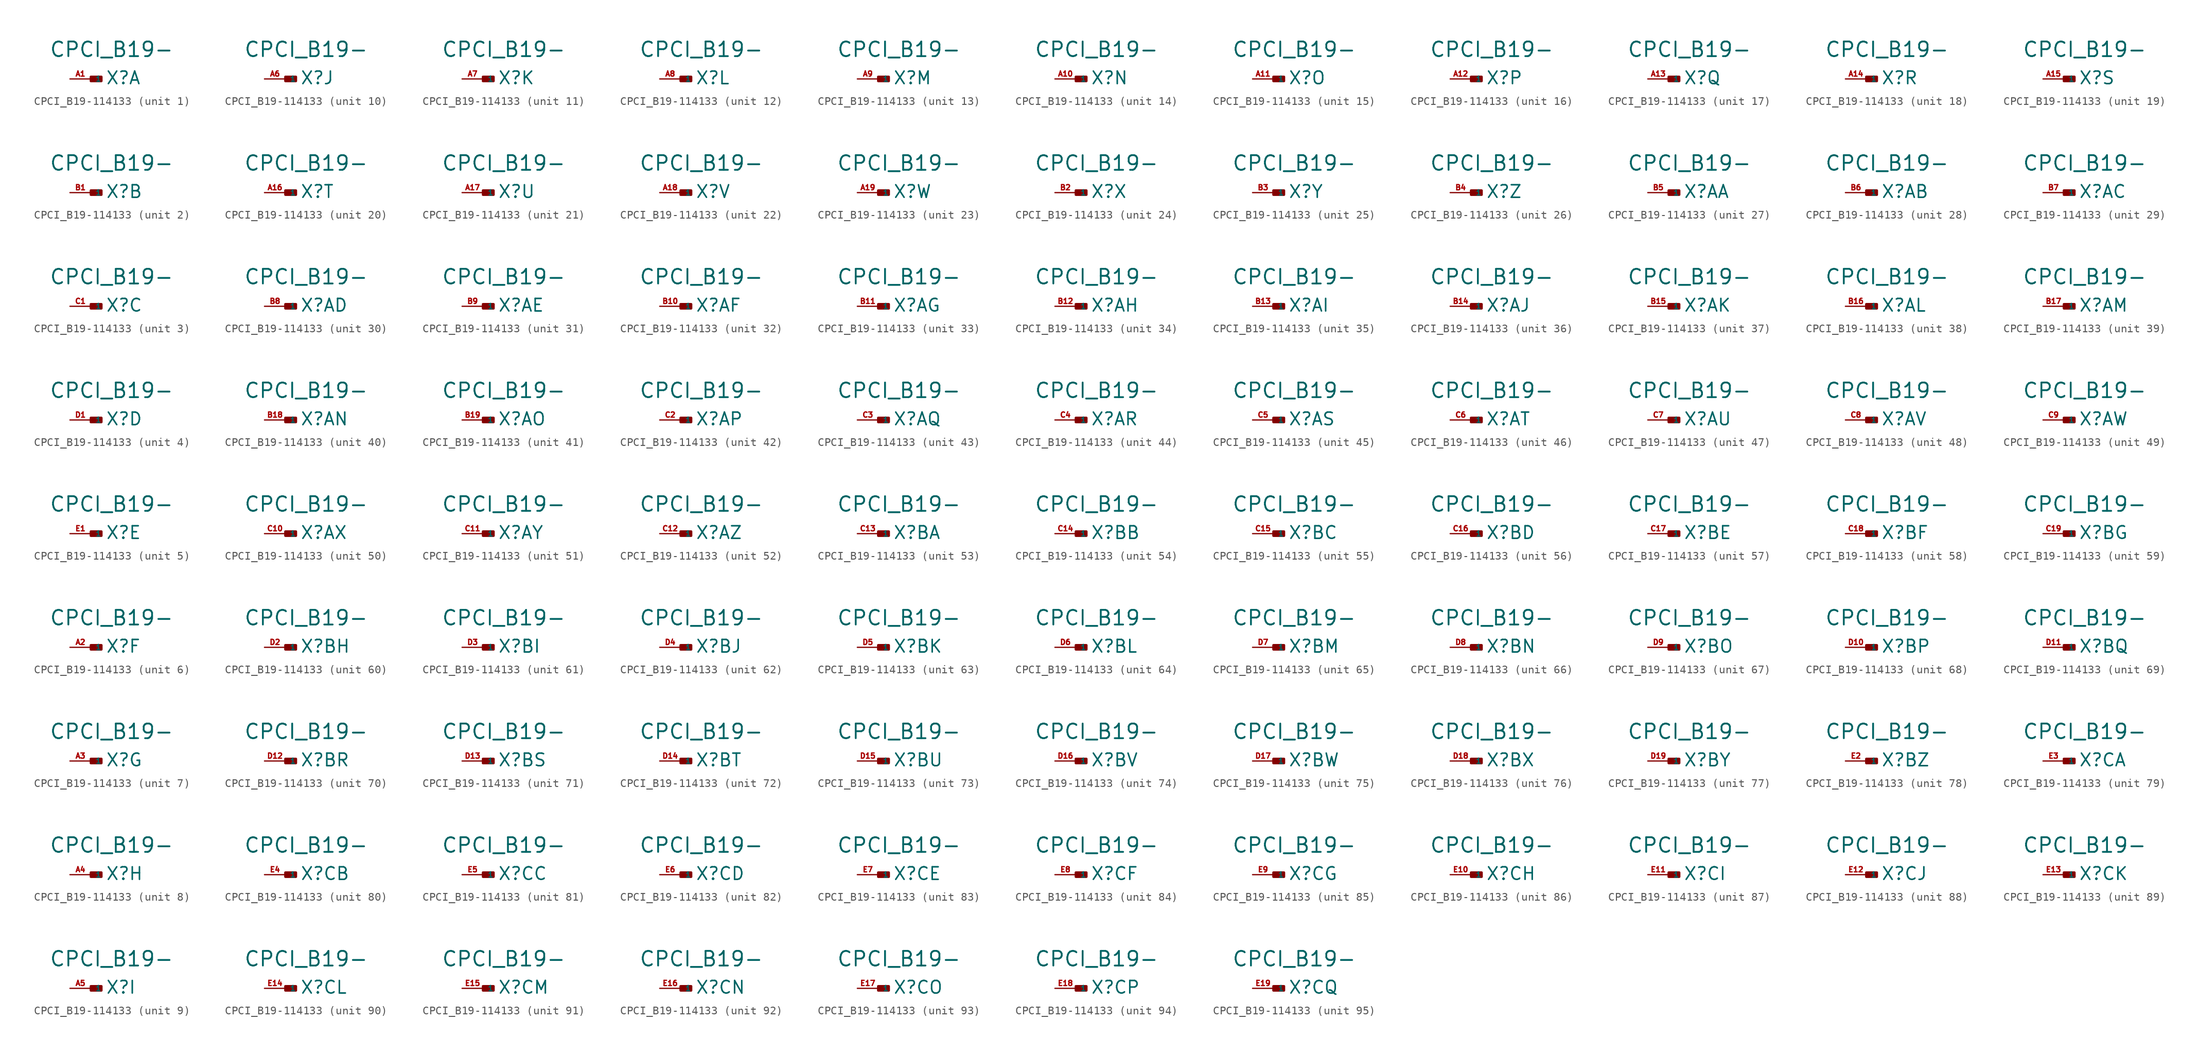
<source format=kicad_sym>
(kicad_symbol_lib
  (version 20220914)
  (generator Eagle2Kicad)
  (symbol "CPCI_B19-114133"
    (property "Reference" "X"
      (at 1.778 -0.762 0)
      (effects (font (size 1.524 1.524) (thickness 0.19)) (justify left bottom)))
    (property "Value" "CPCI_B19-"
      (at -5.08 2.54 0)
      (effects (font (size 1.778 1.778) (thickness 0.22)) (justify left bottom)))
    (symbol "CPCI_B19-114133_1_0"
      (rectangle (start 0 -0.254) (end 1.27 0.254) (stroke (width 0.3) (type default)) (fill (type outline)))
      (pin input line (at -2.54 0 0) (length 2.54) (name "1" (effects (font (size 0.635 0.635) (thickness 0.08)) (justify left bottom))) (number "A1" (effects (font (size 0.635 0.635) (thickness 0.08)) (justify left bottom)))))
    (symbol "CPCI_B19-114133_2_0"
      (rectangle (start 0 -0.254) (end 1.27 0.254) (stroke (width 0.3) (type default)) (fill (type outline)))
      (pin input line (at -2.54 0 0) (length 2.54) (name "1" (effects (font (size 0.635 0.635) (thickness 0.08)) (justify left bottom))) (number "B1" (effects (font (size 0.635 0.635) (thickness 0.08)) (justify left bottom)))))
    (symbol "CPCI_B19-114133_3_0"
      (rectangle (start 0 -0.254) (end 1.27 0.254) (stroke (width 0.3) (type default)) (fill (type outline)))
      (pin input line (at -2.54 0 0) (length 2.54) (name "1" (effects (font (size 0.635 0.635) (thickness 0.08)) (justify left bottom))) (number "C1" (effects (font (size 0.635 0.635) (thickness 0.08)) (justify left bottom)))))
    (symbol "CPCI_B19-114133_4_0"
      (rectangle (start 0 -0.254) (end 1.27 0.254) (stroke (width 0.3) (type default)) (fill (type outline)))
      (pin input line (at -2.54 0 0) (length 2.54) (name "1" (effects (font (size 0.635 0.635) (thickness 0.08)) (justify left bottom))) (number "D1" (effects (font (size 0.635 0.635) (thickness 0.08)) (justify left bottom)))))
    (symbol "CPCI_B19-114133_5_0"
      (rectangle (start 0 -0.254) (end 1.27 0.254) (stroke (width 0.3) (type default)) (fill (type outline)))
      (pin input line (at -2.54 0 0) (length 2.54) (name "1" (effects (font (size 0.635 0.635) (thickness 0.08)) (justify left bottom))) (number "E1" (effects (font (size 0.635 0.635) (thickness 0.08)) (justify left bottom)))))
    (symbol "CPCI_B19-114133_6_0"
      (rectangle (start 0 -0.254) (end 1.27 0.254) (stroke (width 0.3) (type default)) (fill (type outline)))
      (pin input line (at -2.54 0 0) (length 2.54) (name "1" (effects (font (size 0.635 0.635) (thickness 0.08)) (justify left bottom))) (number "A2" (effects (font (size 0.635 0.635) (thickness 0.08)) (justify left bottom)))))
    (symbol "CPCI_B19-114133_7_0"
      (rectangle (start 0 -0.254) (end 1.27 0.254) (stroke (width 0.3) (type default)) (fill (type outline)))
      (pin input line (at -2.54 0 0) (length 2.54) (name "1" (effects (font (size 0.635 0.635) (thickness 0.08)) (justify left bottom))) (number "A3" (effects (font (size 0.635 0.635) (thickness 0.08)) (justify left bottom)))))
    (symbol "CPCI_B19-114133_8_0"
      (rectangle (start 0 -0.254) (end 1.27 0.254) (stroke (width 0.3) (type default)) (fill (type outline)))
      (pin input line (at -2.54 0 0) (length 2.54) (name "1" (effects (font (size 0.635 0.635) (thickness 0.08)) (justify left bottom))) (number "A4" (effects (font (size 0.635 0.635) (thickness 0.08)) (justify left bottom)))))
    (symbol "CPCI_B19-114133_9_0"
      (rectangle (start 0 -0.254) (end 1.27 0.254) (stroke (width 0.3) (type default)) (fill (type outline)))
      (pin input line (at -2.54 0 0) (length 2.54) (name "1" (effects (font (size 0.635 0.635) (thickness 0.08)) (justify left bottom))) (number "A5" (effects (font (size 0.635 0.635) (thickness 0.08)) (justify left bottom)))))
    (symbol "CPCI_B19-114133_10_0"
      (rectangle (start 0 -0.254) (end 1.27 0.254) (stroke (width 0.3) (type default)) (fill (type outline)))
      (pin input line (at -2.54 0 0) (length 2.54) (name "1" (effects (font (size 0.635 0.635) (thickness 0.08)) (justify left bottom))) (number "A6" (effects (font (size 0.635 0.635) (thickness 0.08)) (justify left bottom)))))
    (symbol "CPCI_B19-114133_11_0"
      (rectangle (start 0 -0.254) (end 1.27 0.254) (stroke (width 0.3) (type default)) (fill (type outline)))
      (pin input line (at -2.54 0 0) (length 2.54) (name "1" (effects (font (size 0.635 0.635) (thickness 0.08)) (justify left bottom))) (number "A7" (effects (font (size 0.635 0.635) (thickness 0.08)) (justify left bottom)))))
    (symbol "CPCI_B19-114133_12_0"
      (rectangle (start 0 -0.254) (end 1.27 0.254) (stroke (width 0.3) (type default)) (fill (type outline)))
      (pin input line (at -2.54 0 0) (length 2.54) (name "1" (effects (font (size 0.635 0.635) (thickness 0.08)) (justify left bottom))) (number "A8" (effects (font (size 0.635 0.635) (thickness 0.08)) (justify left bottom)))))
    (symbol "CPCI_B19-114133_13_0"
      (rectangle (start 0 -0.254) (end 1.27 0.254) (stroke (width 0.3) (type default)) (fill (type outline)))
      (pin input line (at -2.54 0 0) (length 2.54) (name "1" (effects (font (size 0.635 0.635) (thickness 0.08)) (justify left bottom))) (number "A9" (effects (font (size 0.635 0.635) (thickness 0.08)) (justify left bottom)))))
    (symbol "CPCI_B19-114133_14_0"
      (rectangle (start 0 -0.254) (end 1.27 0.254) (stroke (width 0.3) (type default)) (fill (type outline)))
      (pin input line (at -2.54 0 0) (length 2.54) (name "1" (effects (font (size 0.635 0.635) (thickness 0.08)) (justify left bottom))) (number "A10" (effects (font (size 0.635 0.635) (thickness 0.08)) (justify left bottom)))))
    (symbol "CPCI_B19-114133_15_0"
      (rectangle (start 0 -0.254) (end 1.27 0.254) (stroke (width 0.3) (type default)) (fill (type outline)))
      (pin input line (at -2.54 0 0) (length 2.54) (name "1" (effects (font (size 0.635 0.635) (thickness 0.08)) (justify left bottom))) (number "A11" (effects (font (size 0.635 0.635) (thickness 0.08)) (justify left bottom)))))
    (symbol "CPCI_B19-114133_16_0"
      (rectangle (start 0 -0.254) (end 1.27 0.254) (stroke (width 0.3) (type default)) (fill (type outline)))
      (pin input line (at -2.54 0 0) (length 2.54) (name "1" (effects (font (size 0.635 0.635) (thickness 0.08)) (justify left bottom))) (number "A12" (effects (font (size 0.635 0.635) (thickness 0.08)) (justify left bottom)))))
    (symbol "CPCI_B19-114133_17_0"
      (rectangle (start 0 -0.254) (end 1.27 0.254) (stroke (width 0.3) (type default)) (fill (type outline)))
      (pin input line (at -2.54 0 0) (length 2.54) (name "1" (effects (font (size 0.635 0.635) (thickness 0.08)) (justify left bottom))) (number "A13" (effects (font (size 0.635 0.635) (thickness 0.08)) (justify left bottom)))))
    (symbol "CPCI_B19-114133_18_0"
      (rectangle (start 0 -0.254) (end 1.27 0.254) (stroke (width 0.3) (type default)) (fill (type outline)))
      (pin input line (at -2.54 0 0) (length 2.54) (name "1" (effects (font (size 0.635 0.635) (thickness 0.08)) (justify left bottom))) (number "A14" (effects (font (size 0.635 0.635) (thickness 0.08)) (justify left bottom)))))
    (symbol "CPCI_B19-114133_19_0"
      (rectangle (start 0 -0.254) (end 1.27 0.254) (stroke (width 0.3) (type default)) (fill (type outline)))
      (pin input line (at -2.54 0 0) (length 2.54) (name "1" (effects (font (size 0.635 0.635) (thickness 0.08)) (justify left bottom))) (number "A15" (effects (font (size 0.635 0.635) (thickness 0.08)) (justify left bottom)))))
    (symbol "CPCI_B19-114133_20_0"
      (rectangle (start 0 -0.254) (end 1.27 0.254) (stroke (width 0.3) (type default)) (fill (type outline)))
      (pin input line (at -2.54 0 0) (length 2.54) (name "1" (effects (font (size 0.635 0.635) (thickness 0.08)) (justify left bottom))) (number "A16" (effects (font (size 0.635 0.635) (thickness 0.08)) (justify left bottom)))))
    (symbol "CPCI_B19-114133_21_0"
      (rectangle (start 0 -0.254) (end 1.27 0.254) (stroke (width 0.3) (type default)) (fill (type outline)))
      (pin input line (at -2.54 0 0) (length 2.54) (name "1" (effects (font (size 0.635 0.635) (thickness 0.08)) (justify left bottom))) (number "A17" (effects (font (size 0.635 0.635) (thickness 0.08)) (justify left bottom)))))
    (symbol "CPCI_B19-114133_22_0"
      (rectangle (start 0 -0.254) (end 1.27 0.254) (stroke (width 0.3) (type default)) (fill (type outline)))
      (pin input line (at -2.54 0 0) (length 2.54) (name "1" (effects (font (size 0.635 0.635) (thickness 0.08)) (justify left bottom))) (number "A18" (effects (font (size 0.635 0.635) (thickness 0.08)) (justify left bottom)))))
    (symbol "CPCI_B19-114133_23_0"
      (rectangle (start 0 -0.254) (end 1.27 0.254) (stroke (width 0.3) (type default)) (fill (type outline)))
      (pin input line (at -2.54 0 0) (length 2.54) (name "1" (effects (font (size 0.635 0.635) (thickness 0.08)) (justify left bottom))) (number "A19" (effects (font (size 0.635 0.635) (thickness 0.08)) (justify left bottom)))))
    (symbol "CPCI_B19-114133_24_0"
      (rectangle (start 0 -0.254) (end 1.27 0.254) (stroke (width 0.3) (type default)) (fill (type outline)))
      (pin input line (at -2.54 0 0) (length 2.54) (name "1" (effects (font (size 0.635 0.635) (thickness 0.08)) (justify left bottom))) (number "B2" (effects (font (size 0.635 0.635) (thickness 0.08)) (justify left bottom)))))
    (symbol "CPCI_B19-114133_25_0"
      (rectangle (start 0 -0.254) (end 1.27 0.254) (stroke (width 0.3) (type default)) (fill (type outline)))
      (pin input line (at -2.54 0 0) (length 2.54) (name "1" (effects (font (size 0.635 0.635) (thickness 0.08)) (justify left bottom))) (number "B3" (effects (font (size 0.635 0.635) (thickness 0.08)) (justify left bottom)))))
    (symbol "CPCI_B19-114133_26_0"
      (rectangle (start 0 -0.254) (end 1.27 0.254) (stroke (width 0.3) (type default)) (fill (type outline)))
      (pin input line (at -2.54 0 0) (length 2.54) (name "1" (effects (font (size 0.635 0.635) (thickness 0.08)) (justify left bottom))) (number "B4" (effects (font (size 0.635 0.635) (thickness 0.08)) (justify left bottom)))))
    (symbol "CPCI_B19-114133_27_0"
      (rectangle (start 0 -0.254) (end 1.27 0.254) (stroke (width 0.3) (type default)) (fill (type outline)))
      (pin input line (at -2.54 0 0) (length 2.54) (name "1" (effects (font (size 0.635 0.635) (thickness 0.08)) (justify left bottom))) (number "B5" (effects (font (size 0.635 0.635) (thickness 0.08)) (justify left bottom)))))
    (symbol "CPCI_B19-114133_28_0"
      (rectangle (start 0 -0.254) (end 1.27 0.254) (stroke (width 0.3) (type default)) (fill (type outline)))
      (pin input line (at -2.54 0 0) (length 2.54) (name "1" (effects (font (size 0.635 0.635) (thickness 0.08)) (justify left bottom))) (number "B6" (effects (font (size 0.635 0.635) (thickness 0.08)) (justify left bottom)))))
    (symbol "CPCI_B19-114133_29_0"
      (rectangle (start 0 -0.254) (end 1.27 0.254) (stroke (width 0.3) (type default)) (fill (type outline)))
      (pin input line (at -2.54 0 0) (length 2.54) (name "1" (effects (font (size 0.635 0.635) (thickness 0.08)) (justify left bottom))) (number "B7" (effects (font (size 0.635 0.635) (thickness 0.08)) (justify left bottom)))))
    (symbol "CPCI_B19-114133_30_0"
      (rectangle (start 0 -0.254) (end 1.27 0.254) (stroke (width 0.3) (type default)) (fill (type outline)))
      (pin input line (at -2.54 0 0) (length 2.54) (name "1" (effects (font (size 0.635 0.635) (thickness 0.08)) (justify left bottom))) (number "B8" (effects (font (size 0.635 0.635) (thickness 0.08)) (justify left bottom)))))
    (symbol "CPCI_B19-114133_31_0"
      (rectangle (start 0 -0.254) (end 1.27 0.254) (stroke (width 0.3) (type default)) (fill (type outline)))
      (pin input line (at -2.54 0 0) (length 2.54) (name "1" (effects (font (size 0.635 0.635) (thickness 0.08)) (justify left bottom))) (number "B9" (effects (font (size 0.635 0.635) (thickness 0.08)) (justify left bottom)))))
    (symbol "CPCI_B19-114133_32_0"
      (rectangle (start 0 -0.254) (end 1.27 0.254) (stroke (width 0.3) (type default)) (fill (type outline)))
      (pin input line (at -2.54 0 0) (length 2.54) (name "1" (effects (font (size 0.635 0.635) (thickness 0.08)) (justify left bottom))) (number "B10" (effects (font (size 0.635 0.635) (thickness 0.08)) (justify left bottom)))))
    (symbol "CPCI_B19-114133_33_0"
      (rectangle (start 0 -0.254) (end 1.27 0.254) (stroke (width 0.3) (type default)) (fill (type outline)))
      (pin input line (at -2.54 0 0) (length 2.54) (name "1" (effects (font (size 0.635 0.635) (thickness 0.08)) (justify left bottom))) (number "B11" (effects (font (size 0.635 0.635) (thickness 0.08)) (justify left bottom)))))
    (symbol "CPCI_B19-114133_34_0"
      (rectangle (start 0 -0.254) (end 1.27 0.254) (stroke (width 0.3) (type default)) (fill (type outline)))
      (pin input line (at -2.54 0 0) (length 2.54) (name "1" (effects (font (size 0.635 0.635) (thickness 0.08)) (justify left bottom))) (number "B12" (effects (font (size 0.635 0.635) (thickness 0.08)) (justify left bottom)))))
    (symbol "CPCI_B19-114133_35_0"
      (rectangle (start 0 -0.254) (end 1.27 0.254) (stroke (width 0.3) (type default)) (fill (type outline)))
      (pin input line (at -2.54 0 0) (length 2.54) (name "1" (effects (font (size 0.635 0.635) (thickness 0.08)) (justify left bottom))) (number "B13" (effects (font (size 0.635 0.635) (thickness 0.08)) (justify left bottom)))))
    (symbol "CPCI_B19-114133_36_0"
      (rectangle (start 0 -0.254) (end 1.27 0.254) (stroke (width 0.3) (type default)) (fill (type outline)))
      (pin input line (at -2.54 0 0) (length 2.54) (name "1" (effects (font (size 0.635 0.635) (thickness 0.08)) (justify left bottom))) (number "B14" (effects (font (size 0.635 0.635) (thickness 0.08)) (justify left bottom)))))
    (symbol "CPCI_B19-114133_37_0"
      (rectangle (start 0 -0.254) (end 1.27 0.254) (stroke (width 0.3) (type default)) (fill (type outline)))
      (pin input line (at -2.54 0 0) (length 2.54) (name "1" (effects (font (size 0.635 0.635) (thickness 0.08)) (justify left bottom))) (number "B15" (effects (font (size 0.635 0.635) (thickness 0.08)) (justify left bottom)))))
    (symbol "CPCI_B19-114133_38_0"
      (rectangle (start 0 -0.254) (end 1.27 0.254) (stroke (width 0.3) (type default)) (fill (type outline)))
      (pin input line (at -2.54 0 0) (length 2.54) (name "1" (effects (font (size 0.635 0.635) (thickness 0.08)) (justify left bottom))) (number "B16" (effects (font (size 0.635 0.635) (thickness 0.08)) (justify left bottom)))))
    (symbol "CPCI_B19-114133_39_0"
      (rectangle (start 0 -0.254) (end 1.27 0.254) (stroke (width 0.3) (type default)) (fill (type outline)))
      (pin input line (at -2.54 0 0) (length 2.54) (name "1" (effects (font (size 0.635 0.635) (thickness 0.08)) (justify left bottom))) (number "B17" (effects (font (size 0.635 0.635) (thickness 0.08)) (justify left bottom)))))
    (symbol "CPCI_B19-114133_40_0"
      (rectangle (start 0 -0.254) (end 1.27 0.254) (stroke (width 0.3) (type default)) (fill (type outline)))
      (pin input line (at -2.54 0 0) (length 2.54) (name "1" (effects (font (size 0.635 0.635) (thickness 0.08)) (justify left bottom))) (number "B18" (effects (font (size 0.635 0.635) (thickness 0.08)) (justify left bottom)))))
    (symbol "CPCI_B19-114133_41_0"
      (rectangle (start 0 -0.254) (end 1.27 0.254) (stroke (width 0.3) (type default)) (fill (type outline)))
      (pin input line (at -2.54 0 0) (length 2.54) (name "1" (effects (font (size 0.635 0.635) (thickness 0.08)) (justify left bottom))) (number "B19" (effects (font (size 0.635 0.635) (thickness 0.08)) (justify left bottom)))))
    (symbol "CPCI_B19-114133_42_0"
      (rectangle (start 0 -0.254) (end 1.27 0.254) (stroke (width 0.3) (type default)) (fill (type outline)))
      (pin input line (at -2.54 0 0) (length 2.54) (name "1" (effects (font (size 0.635 0.635) (thickness 0.08)) (justify left bottom))) (number "C2" (effects (font (size 0.635 0.635) (thickness 0.08)) (justify left bottom)))))
    (symbol "CPCI_B19-114133_43_0"
      (rectangle (start 0 -0.254) (end 1.27 0.254) (stroke (width 0.3) (type default)) (fill (type outline)))
      (pin input line (at -2.54 0 0) (length 2.54) (name "1" (effects (font (size 0.635 0.635) (thickness 0.08)) (justify left bottom))) (number "C3" (effects (font (size 0.635 0.635) (thickness 0.08)) (justify left bottom)))))
    (symbol "CPCI_B19-114133_44_0"
      (rectangle (start 0 -0.254) (end 1.27 0.254) (stroke (width 0.3) (type default)) (fill (type outline)))
      (pin input line (at -2.54 0 0) (length 2.54) (name "1" (effects (font (size 0.635 0.635) (thickness 0.08)) (justify left bottom))) (number "C4" (effects (font (size 0.635 0.635) (thickness 0.08)) (justify left bottom)))))
    (symbol "CPCI_B19-114133_45_0"
      (rectangle (start 0 -0.254) (end 1.27 0.254) (stroke (width 0.3) (type default)) (fill (type outline)))
      (pin input line (at -2.54 0 0) (length 2.54) (name "1" (effects (font (size 0.635 0.635) (thickness 0.08)) (justify left bottom))) (number "C5" (effects (font (size 0.635 0.635) (thickness 0.08)) (justify left bottom)))))
    (symbol "CPCI_B19-114133_46_0"
      (rectangle (start 0 -0.254) (end 1.27 0.254) (stroke (width 0.3) (type default)) (fill (type outline)))
      (pin input line (at -2.54 0 0) (length 2.54) (name "1" (effects (font (size 0.635 0.635) (thickness 0.08)) (justify left bottom))) (number "C6" (effects (font (size 0.635 0.635) (thickness 0.08)) (justify left bottom)))))
    (symbol "CPCI_B19-114133_47_0"
      (rectangle (start 0 -0.254) (end 1.27 0.254) (stroke (width 0.3) (type default)) (fill (type outline)))
      (pin input line (at -2.54 0 0) (length 2.54) (name "1" (effects (font (size 0.635 0.635) (thickness 0.08)) (justify left bottom))) (number "C7" (effects (font (size 0.635 0.635) (thickness 0.08)) (justify left bottom)))))
    (symbol "CPCI_B19-114133_48_0"
      (rectangle (start 0 -0.254) (end 1.27 0.254) (stroke (width 0.3) (type default)) (fill (type outline)))
      (pin input line (at -2.54 0 0) (length 2.54) (name "1" (effects (font (size 0.635 0.635) (thickness 0.08)) (justify left bottom))) (number "C8" (effects (font (size 0.635 0.635) (thickness 0.08)) (justify left bottom)))))
    (symbol "CPCI_B19-114133_49_0"
      (rectangle (start 0 -0.254) (end 1.27 0.254) (stroke (width 0.3) (type default)) (fill (type outline)))
      (pin input line (at -2.54 0 0) (length 2.54) (name "1" (effects (font (size 0.635 0.635) (thickness 0.08)) (justify left bottom))) (number "C9" (effects (font (size 0.635 0.635) (thickness 0.08)) (justify left bottom)))))
    (symbol "CPCI_B19-114133_50_0"
      (rectangle (start 0 -0.254) (end 1.27 0.254) (stroke (width 0.3) (type default)) (fill (type outline)))
      (pin input line (at -2.54 0 0) (length 2.54) (name "1" (effects (font (size 0.635 0.635) (thickness 0.08)) (justify left bottom))) (number "C10" (effects (font (size 0.635 0.635) (thickness 0.08)) (justify left bottom)))))
    (symbol "CPCI_B19-114133_51_0"
      (rectangle (start 0 -0.254) (end 1.27 0.254) (stroke (width 0.3) (type default)) (fill (type outline)))
      (pin input line (at -2.54 0 0) (length 2.54) (name "1" (effects (font (size 0.635 0.635) (thickness 0.08)) (justify left bottom))) (number "C11" (effects (font (size 0.635 0.635) (thickness 0.08)) (justify left bottom)))))
    (symbol "CPCI_B19-114133_52_0"
      (rectangle (start 0 -0.254) (end 1.27 0.254) (stroke (width 0.3) (type default)) (fill (type outline)))
      (pin input line (at -2.54 0 0) (length 2.54) (name "1" (effects (font (size 0.635 0.635) (thickness 0.08)) (justify left bottom))) (number "C12" (effects (font (size 0.635 0.635) (thickness 0.08)) (justify left bottom)))))
    (symbol "CPCI_B19-114133_53_0"
      (rectangle (start 0 -0.254) (end 1.27 0.254) (stroke (width 0.3) (type default)) (fill (type outline)))
      (pin input line (at -2.54 0 0) (length 2.54) (name "1" (effects (font (size 0.635 0.635) (thickness 0.08)) (justify left bottom))) (number "C13" (effects (font (size 0.635 0.635) (thickness 0.08)) (justify left bottom)))))
    (symbol "CPCI_B19-114133_54_0"
      (rectangle (start 0 -0.254) (end 1.27 0.254) (stroke (width 0.3) (type default)) (fill (type outline)))
      (pin input line (at -2.54 0 0) (length 2.54) (name "1" (effects (font (size 0.635 0.635) (thickness 0.08)) (justify left bottom))) (number "C14" (effects (font (size 0.635 0.635) (thickness 0.08)) (justify left bottom)))))
    (symbol "CPCI_B19-114133_55_0"
      (rectangle (start 0 -0.254) (end 1.27 0.254) (stroke (width 0.3) (type default)) (fill (type outline)))
      (pin input line (at -2.54 0 0) (length 2.54) (name "1" (effects (font (size 0.635 0.635) (thickness 0.08)) (justify left bottom))) (number "C15" (effects (font (size 0.635 0.635) (thickness 0.08)) (justify left bottom)))))
    (symbol "CPCI_B19-114133_56_0"
      (rectangle (start 0 -0.254) (end 1.27 0.254) (stroke (width 0.3) (type default)) (fill (type outline)))
      (pin input line (at -2.54 0 0) (length 2.54) (name "1" (effects (font (size 0.635 0.635) (thickness 0.08)) (justify left bottom))) (number "C16" (effects (font (size 0.635 0.635) (thickness 0.08)) (justify left bottom)))))
    (symbol "CPCI_B19-114133_57_0"
      (rectangle (start 0 -0.254) (end 1.27 0.254) (stroke (width 0.3) (type default)) (fill (type outline)))
      (pin input line (at -2.54 0 0) (length 2.54) (name "1" (effects (font (size 0.635 0.635) (thickness 0.08)) (justify left bottom))) (number "C17" (effects (font (size 0.635 0.635) (thickness 0.08)) (justify left bottom)))))
    (symbol "CPCI_B19-114133_58_0"
      (rectangle (start 0 -0.254) (end 1.27 0.254) (stroke (width 0.3) (type default)) (fill (type outline)))
      (pin input line (at -2.54 0 0) (length 2.54) (name "1" (effects (font (size 0.635 0.635) (thickness 0.08)) (justify left bottom))) (number "C18" (effects (font (size 0.635 0.635) (thickness 0.08)) (justify left bottom)))))
    (symbol "CPCI_B19-114133_59_0"
      (rectangle (start 0 -0.254) (end 1.27 0.254) (stroke (width 0.3) (type default)) (fill (type outline)))
      (pin input line (at -2.54 0 0) (length 2.54) (name "1" (effects (font (size 0.635 0.635) (thickness 0.08)) (justify left bottom))) (number "C19" (effects (font (size 0.635 0.635) (thickness 0.08)) (justify left bottom)))))
    (symbol "CPCI_B19-114133_60_0"
      (rectangle (start 0 -0.254) (end 1.27 0.254) (stroke (width 0.3) (type default)) (fill (type outline)))
      (pin input line (at -2.54 0 0) (length 2.54) (name "1" (effects (font (size 0.635 0.635) (thickness 0.08)) (justify left bottom))) (number "D2" (effects (font (size 0.635 0.635) (thickness 0.08)) (justify left bottom)))))
    (symbol "CPCI_B19-114133_61_0"
      (rectangle (start 0 -0.254) (end 1.27 0.254) (stroke (width 0.3) (type default)) (fill (type outline)))
      (pin input line (at -2.54 0 0) (length 2.54) (name "1" (effects (font (size 0.635 0.635) (thickness 0.08)) (justify left bottom))) (number "D3" (effects (font (size 0.635 0.635) (thickness 0.08)) (justify left bottom)))))
    (symbol "CPCI_B19-114133_62_0"
      (rectangle (start 0 -0.254) (end 1.27 0.254) (stroke (width 0.3) (type default)) (fill (type outline)))
      (pin input line (at -2.54 0 0) (length 2.54) (name "1" (effects (font (size 0.635 0.635) (thickness 0.08)) (justify left bottom))) (number "D4" (effects (font (size 0.635 0.635) (thickness 0.08)) (justify left bottom)))))
    (symbol "CPCI_B19-114133_63_0"
      (rectangle (start 0 -0.254) (end 1.27 0.254) (stroke (width 0.3) (type default)) (fill (type outline)))
      (pin input line (at -2.54 0 0) (length 2.54) (name "1" (effects (font (size 0.635 0.635) (thickness 0.08)) (justify left bottom))) (number "D5" (effects (font (size 0.635 0.635) (thickness 0.08)) (justify left bottom)))))
    (symbol "CPCI_B19-114133_64_0"
      (rectangle (start 0 -0.254) (end 1.27 0.254) (stroke (width 0.3) (type default)) (fill (type outline)))
      (pin input line (at -2.54 0 0) (length 2.54) (name "1" (effects (font (size 0.635 0.635) (thickness 0.08)) (justify left bottom))) (number "D6" (effects (font (size 0.635 0.635) (thickness 0.08)) (justify left bottom)))))
    (symbol "CPCI_B19-114133_65_0"
      (rectangle (start 0 -0.254) (end 1.27 0.254) (stroke (width 0.3) (type default)) (fill (type outline)))
      (pin input line (at -2.54 0 0) (length 2.54) (name "1" (effects (font (size 0.635 0.635) (thickness 0.08)) (justify left bottom))) (number "D7" (effects (font (size 0.635 0.635) (thickness 0.08)) (justify left bottom)))))
    (symbol "CPCI_B19-114133_66_0"
      (rectangle (start 0 -0.254) (end 1.27 0.254) (stroke (width 0.3) (type default)) (fill (type outline)))
      (pin input line (at -2.54 0 0) (length 2.54) (name "1" (effects (font (size 0.635 0.635) (thickness 0.08)) (justify left bottom))) (number "D8" (effects (font (size 0.635 0.635) (thickness 0.08)) (justify left bottom)))))
    (symbol "CPCI_B19-114133_67_0"
      (rectangle (start 0 -0.254) (end 1.27 0.254) (stroke (width 0.3) (type default)) (fill (type outline)))
      (pin input line (at -2.54 0 0) (length 2.54) (name "1" (effects (font (size 0.635 0.635) (thickness 0.08)) (justify left bottom))) (number "D9" (effects (font (size 0.635 0.635) (thickness 0.08)) (justify left bottom)))))
    (symbol "CPCI_B19-114133_68_0"
      (rectangle (start 0 -0.254) (end 1.27 0.254) (stroke (width 0.3) (type default)) (fill (type outline)))
      (pin input line (at -2.54 0 0) (length 2.54) (name "1" (effects (font (size 0.635 0.635) (thickness 0.08)) (justify left bottom))) (number "D10" (effects (font (size 0.635 0.635) (thickness 0.08)) (justify left bottom)))))
    (symbol "CPCI_B19-114133_69_0"
      (rectangle (start 0 -0.254) (end 1.27 0.254) (stroke (width 0.3) (type default)) (fill (type outline)))
      (pin input line (at -2.54 0 0) (length 2.54) (name "1" (effects (font (size 0.635 0.635) (thickness 0.08)) (justify left bottom))) (number "D11" (effects (font (size 0.635 0.635) (thickness 0.08)) (justify left bottom)))))
    (symbol "CPCI_B19-114133_70_0"
      (rectangle (start 0 -0.254) (end 1.27 0.254) (stroke (width 0.3) (type default)) (fill (type outline)))
      (pin input line (at -2.54 0 0) (length 2.54) (name "1" (effects (font (size 0.635 0.635) (thickness 0.08)) (justify left bottom))) (number "D12" (effects (font (size 0.635 0.635) (thickness 0.08)) (justify left bottom)))))
    (symbol "CPCI_B19-114133_71_0"
      (rectangle (start 0 -0.254) (end 1.27 0.254) (stroke (width 0.3) (type default)) (fill (type outline)))
      (pin input line (at -2.54 0 0) (length 2.54) (name "1" (effects (font (size 0.635 0.635) (thickness 0.08)) (justify left bottom))) (number "D13" (effects (font (size 0.635 0.635) (thickness 0.08)) (justify left bottom)))))
    (symbol "CPCI_B19-114133_72_0"
      (rectangle (start 0 -0.254) (end 1.27 0.254) (stroke (width 0.3) (type default)) (fill (type outline)))
      (pin input line (at -2.54 0 0) (length 2.54) (name "1" (effects (font (size 0.635 0.635) (thickness 0.08)) (justify left bottom))) (number "D14" (effects (font (size 0.635 0.635) (thickness 0.08)) (justify left bottom)))))
    (symbol "CPCI_B19-114133_73_0"
      (rectangle (start 0 -0.254) (end 1.27 0.254) (stroke (width 0.3) (type default)) (fill (type outline)))
      (pin input line (at -2.54 0 0) (length 2.54) (name "1" (effects (font (size 0.635 0.635) (thickness 0.08)) (justify left bottom))) (number "D15" (effects (font (size 0.635 0.635) (thickness 0.08)) (justify left bottom)))))
    (symbol "CPCI_B19-114133_74_0"
      (rectangle (start 0 -0.254) (end 1.27 0.254) (stroke (width 0.3) (type default)) (fill (type outline)))
      (pin input line (at -2.54 0 0) (length 2.54) (name "1" (effects (font (size 0.635 0.635) (thickness 0.08)) (justify left bottom))) (number "D16" (effects (font (size 0.635 0.635) (thickness 0.08)) (justify left bottom)))))
    (symbol "CPCI_B19-114133_75_0"
      (rectangle (start 0 -0.254) (end 1.27 0.254) (stroke (width 0.3) (type default)) (fill (type outline)))
      (pin input line (at -2.54 0 0) (length 2.54) (name "1" (effects (font (size 0.635 0.635) (thickness 0.08)) (justify left bottom))) (number "D17" (effects (font (size 0.635 0.635) (thickness 0.08)) (justify left bottom)))))
    (symbol "CPCI_B19-114133_76_0"
      (rectangle (start 0 -0.254) (end 1.27 0.254) (stroke (width 0.3) (type default)) (fill (type outline)))
      (pin input line (at -2.54 0 0) (length 2.54) (name "1" (effects (font (size 0.635 0.635) (thickness 0.08)) (justify left bottom))) (number "D18" (effects (font (size 0.635 0.635) (thickness 0.08)) (justify left bottom)))))
    (symbol "CPCI_B19-114133_77_0"
      (rectangle (start 0 -0.254) (end 1.27 0.254) (stroke (width 0.3) (type default)) (fill (type outline)))
      (pin input line (at -2.54 0 0) (length 2.54) (name "1" (effects (font (size 0.635 0.635) (thickness 0.08)) (justify left bottom))) (number "D19" (effects (font (size 0.635 0.635) (thickness 0.08)) (justify left bottom)))))
    (symbol "CPCI_B19-114133_78_0"
      (rectangle (start 0 -0.254) (end 1.27 0.254) (stroke (width 0.3) (type default)) (fill (type outline)))
      (pin input line (at -2.54 0 0) (length 2.54) (name "1" (effects (font (size 0.635 0.635) (thickness 0.08)) (justify left bottom))) (number "E2" (effects (font (size 0.635 0.635) (thickness 0.08)) (justify left bottom)))))
    (symbol "CPCI_B19-114133_79_0"
      (rectangle (start 0 -0.254) (end 1.27 0.254) (stroke (width 0.3) (type default)) (fill (type outline)))
      (pin input line (at -2.54 0 0) (length 2.54) (name "1" (effects (font (size 0.635 0.635) (thickness 0.08)) (justify left bottom))) (number "E3" (effects (font (size 0.635 0.635) (thickness 0.08)) (justify left bottom)))))
    (symbol "CPCI_B19-114133_80_0"
      (rectangle (start 0 -0.254) (end 1.27 0.254) (stroke (width 0.3) (type default)) (fill (type outline)))
      (pin input line (at -2.54 0 0) (length 2.54) (name "1" (effects (font (size 0.635 0.635) (thickness 0.08)) (justify left bottom))) (number "E4" (effects (font (size 0.635 0.635) (thickness 0.08)) (justify left bottom)))))
    (symbol "CPCI_B19-114133_81_0"
      (rectangle (start 0 -0.254) (end 1.27 0.254) (stroke (width 0.3) (type default)) (fill (type outline)))
      (pin input line (at -2.54 0 0) (length 2.54) (name "1" (effects (font (size 0.635 0.635) (thickness 0.08)) (justify left bottom))) (number "E5" (effects (font (size 0.635 0.635) (thickness 0.08)) (justify left bottom)))))
    (symbol "CPCI_B19-114133_82_0"
      (rectangle (start 0 -0.254) (end 1.27 0.254) (stroke (width 0.3) (type default)) (fill (type outline)))
      (pin input line (at -2.54 0 0) (length 2.54) (name "1" (effects (font (size 0.635 0.635) (thickness 0.08)) (justify left bottom))) (number "E6" (effects (font (size 0.635 0.635) (thickness 0.08)) (justify left bottom)))))
    (symbol "CPCI_B19-114133_83_0"
      (rectangle (start 0 -0.254) (end 1.27 0.254) (stroke (width 0.3) (type default)) (fill (type outline)))
      (pin input line (at -2.54 0 0) (length 2.54) (name "1" (effects (font (size 0.635 0.635) (thickness 0.08)) (justify left bottom))) (number "E7" (effects (font (size 0.635 0.635) (thickness 0.08)) (justify left bottom)))))
    (symbol "CPCI_B19-114133_84_0"
      (rectangle (start 0 -0.254) (end 1.27 0.254) (stroke (width 0.3) (type default)) (fill (type outline)))
      (pin input line (at -2.54 0 0) (length 2.54) (name "1" (effects (font (size 0.635 0.635) (thickness 0.08)) (justify left bottom))) (number "E8" (effects (font (size 0.635 0.635) (thickness 0.08)) (justify left bottom)))))
    (symbol "CPCI_B19-114133_85_0"
      (rectangle (start 0 -0.254) (end 1.27 0.254) (stroke (width 0.3) (type default)) (fill (type outline)))
      (pin input line (at -2.54 0 0) (length 2.54) (name "1" (effects (font (size 0.635 0.635) (thickness 0.08)) (justify left bottom))) (number "E9" (effects (font (size 0.635 0.635) (thickness 0.08)) (justify left bottom)))))
    (symbol "CPCI_B19-114133_86_0"
      (rectangle (start 0 -0.254) (end 1.27 0.254) (stroke (width 0.3) (type default)) (fill (type outline)))
      (pin input line (at -2.54 0 0) (length 2.54) (name "1" (effects (font (size 0.635 0.635) (thickness 0.08)) (justify left bottom))) (number "E10" (effects (font (size 0.635 0.635) (thickness 0.08)) (justify left bottom)))))
    (symbol "CPCI_B19-114133_87_0"
      (rectangle (start 0 -0.254) (end 1.27 0.254) (stroke (width 0.3) (type default)) (fill (type outline)))
      (pin input line (at -2.54 0 0) (length 2.54) (name "1" (effects (font (size 0.635 0.635) (thickness 0.08)) (justify left bottom))) (number "E11" (effects (font (size 0.635 0.635) (thickness 0.08)) (justify left bottom)))))
    (symbol "CPCI_B19-114133_88_0"
      (rectangle (start 0 -0.254) (end 1.27 0.254) (stroke (width 0.3) (type default)) (fill (type outline)))
      (pin input line (at -2.54 0 0) (length 2.54) (name "1" (effects (font (size 0.635 0.635) (thickness 0.08)) (justify left bottom))) (number "E12" (effects (font (size 0.635 0.635) (thickness 0.08)) (justify left bottom)))))
    (symbol "CPCI_B19-114133_89_0"
      (rectangle (start 0 -0.254) (end 1.27 0.254) (stroke (width 0.3) (type default)) (fill (type outline)))
      (pin input line (at -2.54 0 0) (length 2.54) (name "1" (effects (font (size 0.635 0.635) (thickness 0.08)) (justify left bottom))) (number "E13" (effects (font (size 0.635 0.635) (thickness 0.08)) (justify left bottom)))))
    (symbol "CPCI_B19-114133_90_0"
      (rectangle (start 0 -0.254) (end 1.27 0.254) (stroke (width 0.3) (type default)) (fill (type outline)))
      (pin input line (at -2.54 0 0) (length 2.54) (name "1" (effects (font (size 0.635 0.635) (thickness 0.08)) (justify left bottom))) (number "E14" (effects (font (size 0.635 0.635) (thickness 0.08)) (justify left bottom)))))
    (symbol "CPCI_B19-114133_91_0"
      (rectangle (start 0 -0.254) (end 1.27 0.254) (stroke (width 0.3) (type default)) (fill (type outline)))
      (pin input line (at -2.54 0 0) (length 2.54) (name "1" (effects (font (size 0.635 0.635) (thickness 0.08)) (justify left bottom))) (number "E15" (effects (font (size 0.635 0.635) (thickness 0.08)) (justify left bottom)))))
    (symbol "CPCI_B19-114133_92_0"
      (rectangle (start 0 -0.254) (end 1.27 0.254) (stroke (width 0.3) (type default)) (fill (type outline)))
      (pin input line (at -2.54 0 0) (length 2.54) (name "1" (effects (font (size 0.635 0.635) (thickness 0.08)) (justify left bottom))) (number "E16" (effects (font (size 0.635 0.635) (thickness 0.08)) (justify left bottom)))))
    (symbol "CPCI_B19-114133_93_0"
      (rectangle (start 0 -0.254) (end 1.27 0.254) (stroke (width 0.3) (type default)) (fill (type outline)))
      (pin input line (at -2.54 0 0) (length 2.54) (name "1" (effects (font (size 0.635 0.635) (thickness 0.08)) (justify left bottom))) (number "E17" (effects (font (size 0.635 0.635) (thickness 0.08)) (justify left bottom)))))
    (symbol "CPCI_B19-114133_94_0"
      (rectangle (start 0 -0.254) (end 1.27 0.254) (stroke (width 0.3) (type default)) (fill (type outline)))
      (pin input line (at -2.54 0 0) (length 2.54) (name "1" (effects (font (size 0.635 0.635) (thickness 0.08)) (justify left bottom))) (number "E18" (effects (font (size 0.635 0.635) (thickness 0.08)) (justify left bottom)))))
    (symbol "CPCI_B19-114133_95_0"
      (rectangle (start 0 -0.254) (end 1.27 0.254) (stroke (width 0.3) (type default)) (fill (type outline)))
      (pin input line (at -2.54 0 0) (length 2.54) (name "1" (effects (font (size 0.635 0.635) (thickness 0.08)) (justify left bottom))) (number "E19" (effects (font (size 0.635 0.635) (thickness 0.08)) (justify left bottom)))))))
</source>
